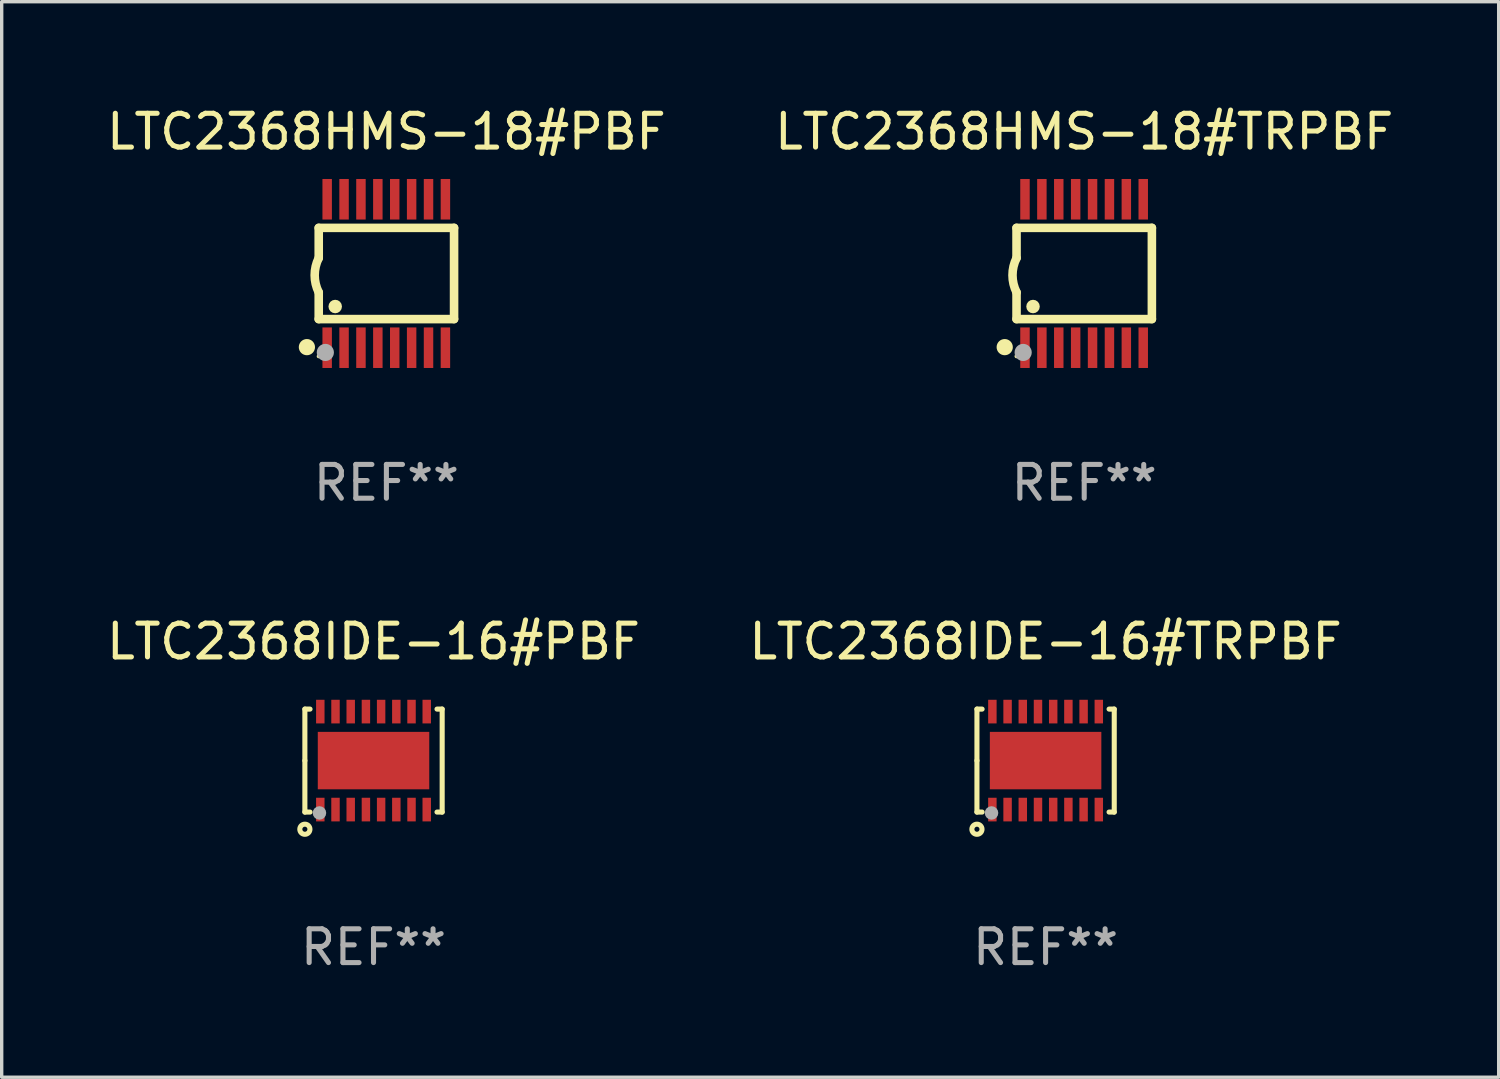
<source format=kicad_pcb>
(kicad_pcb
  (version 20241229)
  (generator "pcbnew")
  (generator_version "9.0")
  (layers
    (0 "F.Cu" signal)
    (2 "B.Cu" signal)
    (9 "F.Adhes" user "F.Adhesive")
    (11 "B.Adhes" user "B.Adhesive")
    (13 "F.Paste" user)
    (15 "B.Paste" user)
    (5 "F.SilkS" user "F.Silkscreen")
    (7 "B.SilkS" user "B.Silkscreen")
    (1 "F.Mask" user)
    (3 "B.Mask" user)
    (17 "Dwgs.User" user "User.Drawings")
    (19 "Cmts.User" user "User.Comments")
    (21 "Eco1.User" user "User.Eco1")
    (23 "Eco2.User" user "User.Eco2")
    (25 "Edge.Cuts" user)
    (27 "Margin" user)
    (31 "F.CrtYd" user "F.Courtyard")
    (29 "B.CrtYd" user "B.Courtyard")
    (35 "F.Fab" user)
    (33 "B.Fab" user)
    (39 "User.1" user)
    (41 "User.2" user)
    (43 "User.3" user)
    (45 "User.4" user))
  (footprint "LTC2368HMS-18#TRPBF"
    (layer "F.Cu")
    (at 29.042 5.045)
    (property "Reference" "LTC2368HMS-18#TRPBF" (at 0 -4.197 0) (layer "F.SilkS") (effects (font (size 1 1) (thickness 0.15))))
    (attr through_hole)
    (fp_line (start -2.003 -1.35) (end -2.003 -0.457) (stroke (width 0.254) (type solid)) (layer "F.SilkS"))
    (fp_line (start -2.003 -1.35) (end 2.003 -1.35) (stroke (width 0.254) (type solid)) (layer "F.SilkS"))
    (fp_line (start -2.003 1.35) (end -2.003 0.559) (stroke (width 0.254) (type solid)) (layer "F.SilkS"))
    (fp_line (start -2.003 1.35) (end 2.003 1.35) (stroke (width 0.254) (type solid)) (layer "F.SilkS"))
    (fp_line (start 2.003 -1.35) (end 2.003 1.35) (stroke (width 0.254) (type solid)) (layer "F.SilkS"))
    (fp_arc (start -2.002286 0.558802) (mid -2.122556 0.05092) (end -2.003302 -0.457201) (stroke (width 0.254001) (type solid)) (layer "F.SilkS"))
    (fp_circle (center -2.353 2.18) (end -2.233 2.18) (stroke (width 0.24) (type solid)) (fill no) (layer "F.SilkS"))
    (fp_circle (center -2.003 2.45) (end -1.973 2.45) (stroke (width 0.06) (type solid)) (fill no) (layer "F.SilkS"))
    (fp_circle (center -1.515 0.978) (end -1.415 0.978) (stroke (width 0.2) (type solid)) (fill no) (layer "F.SilkS"))
    (fp_circle (center -1.807 2.337) (end -1.68 2.337) (stroke (width 0.254) (type solid)) (fill no) (layer "F.Fab"))
    (fp_text user "REF**" (at 0 6.197 0) (layer "F.Fab") (effects (font (size 1 1) (thickness 0.15))))
    (pad "1" smd rect (at -1.753 2.197 90) (size 1.2 0.28) (layers "F.Cu" "F.Mask" "F.Paste"))
    (pad "2" smd rect (at -1.253 2.197 90) (size 1.2 0.28) (layers "F.Cu" "F.Mask" "F.Paste"))
    (pad "3" smd rect (at -0.753 2.197 90) (size 1.2 0.28) (layers "F.Cu" "F.Mask" "F.Paste"))
    (pad "4" smd rect (at -0.253 2.197 90) (size 1.2 0.28) (layers "F.Cu" "F.Mask" "F.Paste"))
    (pad "5" smd rect (at 0.247 2.197 90) (size 1.2 0.28) (layers "F.Cu" "F.Mask" "F.Paste"))
    (pad "6" smd rect (at 0.747 2.197 90) (size 1.2 0.28) (layers "F.Cu" "F.Mask" "F.Paste"))
    (pad "7" smd rect (at 1.247 2.197 90) (size 1.2 0.28) (layers "F.Cu" "F.Mask" "F.Paste"))
    (pad "8" smd rect (at 1.747 2.197 90) (size 1.2 0.28) (layers "F.Cu" "F.Mask" "F.Paste"))
    (pad "9" smd rect (at 1.747 -2.197 90) (size 1.2 0.28) (layers "F.Cu" "F.Mask" "F.Paste"))
    (pad "10" smd rect (at 1.247 -2.197 90) (size 1.2 0.28) (layers "F.Cu" "F.Mask" "F.Paste"))
    (pad "11" smd rect (at 0.747 -2.197 90) (size 1.2 0.28) (layers "F.Cu" "F.Mask" "F.Paste"))
    (pad "12" smd rect (at 0.247 -2.197 90) (size 1.2 0.28) (layers "F.Cu" "F.Mask" "F.Paste"))
    (pad "13" smd rect (at -0.253 -2.197 90) (size 1.2 0.28) (layers "F.Cu" "F.Mask" "F.Paste"))
    (pad "14" smd rect (at -0.753 -2.197 90) (size 1.2 0.28) (layers "F.Cu" "F.Mask" "F.Paste"))
    (pad "15" smd rect (at -1.253 -2.197 90) (size 1.2 0.28) (layers "F.Cu" "F.Mask" "F.Paste"))
    (pad "16" smd rect (at -1.753 -2.197 90) (size 1.2 0.28) (layers "F.Cu" "F.Mask" "F.Paste")))
  (footprint "LTC2368HMS-18#PBF"
    (layer "F.Cu")
    (at 8.387 5.045)
    (property "Reference" "LTC2368HMS-18#PBF" (at 0 -4.197 0) (layer "F.SilkS") (effects (font (size 1 1) (thickness 0.15))))
    (attr through_hole)
    (fp_line (start -2.003 -1.35) (end -2.003 -0.457) (stroke (width 0.254) (type solid)) (layer "F.SilkS"))
    (fp_line (start -2.003 -1.35) (end 2.003 -1.35) (stroke (width 0.254) (type solid)) (layer "F.SilkS"))
    (fp_line (start -2.003 1.35) (end -2.003 0.559) (stroke (width 0.254) (type solid)) (layer "F.SilkS"))
    (fp_line (start -2.003 1.35) (end 2.003 1.35) (stroke (width 0.254) (type solid)) (layer "F.SilkS"))
    (fp_line (start 2.003 -1.35) (end 2.003 1.35) (stroke (width 0.254) (type solid)) (layer "F.SilkS"))
    (fp_arc (start -2.002286 0.558802) (mid -2.122556 0.05092) (end -2.003302 -0.457201) (stroke (width 0.254001) (type solid)) (layer "F.SilkS"))
    (fp_circle (center -2.353 2.18) (end -2.233 2.18) (stroke (width 0.24) (type solid)) (fill no) (layer "F.SilkS"))
    (fp_circle (center -2.003 2.45) (end -1.973 2.45) (stroke (width 0.06) (type solid)) (fill no) (layer "F.SilkS"))
    (fp_circle (center -1.515 0.978) (end -1.415 0.978) (stroke (width 0.2) (type solid)) (fill no) (layer "F.SilkS"))
    (fp_circle (center -1.807 2.337) (end -1.68 2.337) (stroke (width 0.254) (type solid)) (fill no) (layer "F.Fab"))
    (fp_text user "REF**" (at 0 6.197 0) (layer "F.Fab") (effects (font (size 1 1) (thickness 0.15))))
    (pad "1" smd rect (at -1.753 2.197 90) (size 1.2 0.28) (layers "F.Cu" "F.Mask" "F.Paste"))
    (pad "2" smd rect (at -1.253 2.197 90) (size 1.2 0.28) (layers "F.Cu" "F.Mask" "F.Paste"))
    (pad "3" smd rect (at -0.753 2.197 90) (size 1.2 0.28) (layers "F.Cu" "F.Mask" "F.Paste"))
    (pad "4" smd rect (at -0.253 2.197 90) (size 1.2 0.28) (layers "F.Cu" "F.Mask" "F.Paste"))
    (pad "5" smd rect (at 0.247 2.197 90) (size 1.2 0.28) (layers "F.Cu" "F.Mask" "F.Paste"))
    (pad "6" smd rect (at 0.747 2.197 90) (size 1.2 0.28) (layers "F.Cu" "F.Mask" "F.Paste"))
    (pad "7" smd rect (at 1.247 2.197 90) (size 1.2 0.28) (layers "F.Cu" "F.Mask" "F.Paste"))
    (pad "8" smd rect (at 1.747 2.197 90) (size 1.2 0.28) (layers "F.Cu" "F.Mask" "F.Paste"))
    (pad "9" smd rect (at 1.747 -2.197 90) (size 1.2 0.28) (layers "F.Cu" "F.Mask" "F.Paste"))
    (pad "10" smd rect (at 1.247 -2.197 90) (size 1.2 0.28) (layers "F.Cu" "F.Mask" "F.Paste"))
    (pad "11" smd rect (at 0.747 -2.197 90) (size 1.2 0.28) (layers "F.Cu" "F.Mask" "F.Paste"))
    (pad "12" smd rect (at 0.247 -2.197 90) (size 1.2 0.28) (layers "F.Cu" "F.Mask" "F.Paste"))
    (pad "13" smd rect (at -0.253 -2.197 90) (size 1.2 0.28) (layers "F.Cu" "F.Mask" "F.Paste"))
    (pad "14" smd rect (at -0.753 -2.197 90) (size 1.2 0.28) (layers "F.Cu" "F.Mask" "F.Paste"))
    (pad "15" smd rect (at -1.253 -2.197 90) (size 1.2 0.28) (layers "F.Cu" "F.Mask" "F.Paste"))
    (pad "16" smd rect (at -1.753 -2.197 90) (size 1.2 0.28) (layers "F.Cu" "F.Mask" "F.Paste")))
  (footprint "LTC2368IDE-16#TRPBF"
    (layer "F.Cu")
    (at 27.899 19.463)
    (property "Reference" "LTC2368IDE-16#TRPBF" (at 0 -3.524 0) (layer "F.SilkS") (effects (font (size 1 1) (thickness 0.15))))
    (attr through_hole)
    (fp_line (start -2.032 -1.524) (end -1.879 -1.524) (stroke (width 0.15) (type solid)) (layer "F.SilkS"))
    (fp_line (start -2.032 0) (end -2.032 -1.524) (stroke (width 0.15) (type solid)) (layer "F.SilkS"))
    (fp_line (start -2.032 1.524) (end -2.032 0) (stroke (width 0.15) (type solid)) (layer "F.SilkS"))
    (fp_line (start -1.879 1.524) (end -2.032 1.524) (stroke (width 0.15) (type solid)) (layer "F.SilkS"))
    (fp_line (start 1.879 -1.524) (end 2.032 -1.524) (stroke (width 0.15) (type solid)) (layer "F.SilkS"))
    (fp_line (start 2.032 -1.524) (end 2.032 1.524) (stroke (width 0.15) (type solid)) (layer "F.SilkS"))
    (fp_line (start 2.032 1.524) (end 1.879 1.524) (stroke (width 0.15) (type solid)) (layer "F.SilkS"))
    (fp_circle (center -2.032 2.032) (end -1.882 2.032) (stroke (width 0.15) (type solid)) (fill no) (layer "F.SilkS"))
    (fp_circle (center -2 1.5) (end -1.97 1.5) (stroke (width 0.06) (type solid)) (fill no) (layer "F.SilkS"))
    (fp_circle (center -1.6 1.55) (end -1.5 1.55) (stroke (width 0.2) (type solid)) (fill no) (layer "F.Fab"))
    (fp_text user "REF**" (at 0 5.524 0) (layer "F.Fab") (effects (font (size 1 1) (thickness 0.15))))
    (pad "1" smd rect (at -1.575 1.45 90) (size 0.7 0.25) (layers "F.Cu" "F.Mask" "F.Paste"))
    (pad "2" smd rect (at -1.125 1.45 90) (size 0.7 0.25) (layers "F.Cu" "F.Mask" "F.Paste"))
    (pad "3" smd rect (at -0.675 1.45 90) (size 0.7 0.25) (layers "F.Cu" "F.Mask" "F.Paste"))
    (pad "4" smd rect (at -0.225 1.45 90) (size 0.7 0.25) (layers "F.Cu" "F.Mask" "F.Paste"))
    (pad "5" smd rect (at 0.225 1.45 90) (size 0.7 0.25) (layers "F.Cu" "F.Mask" "F.Paste"))
    (pad "6" smd rect (at 0.675 1.45 90) (size 0.7 0.25) (layers "F.Cu" "F.Mask" "F.Paste"))
    (pad "7" smd rect (at 1.125 1.45 90) (size 0.7 0.25) (layers "F.Cu" "F.Mask" "F.Paste"))
    (pad "8" smd rect (at 1.575 1.45 90) (size 0.7 0.25) (layers "F.Cu" "F.Mask" "F.Paste"))
    (pad "9" smd rect (at 1.575 -1.45 90) (size 0.7 0.25) (layers "F.Cu" "F.Mask" "F.Paste"))
    (pad "10" smd rect (at 1.125 -1.45 90) (size 0.7 0.25) (layers "F.Cu" "F.Mask" "F.Paste"))
    (pad "11" smd rect (at 0.675 -1.45 90) (size 0.7 0.25) (layers "F.Cu" "F.Mask" "F.Paste"))
    (pad "12" smd rect (at 0.225 -1.45 90) (size 0.7 0.25) (layers "F.Cu" "F.Mask" "F.Paste"))
    (pad "13" smd rect (at -0.225 -1.45 90) (size 0.7 0.25) (layers "F.Cu" "F.Mask" "F.Paste"))
    (pad "14" smd rect (at -0.675 -1.45 90) (size 0.7 0.25) (layers "F.Cu" "F.Mask" "F.Paste"))
    (pad "15" smd rect (at -1.125 -1.45 90) (size 0.7 0.25) (layers "F.Cu" "F.Mask" "F.Paste"))
    (pad "16" smd rect (at -1.575 -1.45 90) (size 0.7 0.25) (layers "F.Cu" "F.Mask" "F.Paste"))
    (pad "17" smd rect (at 0.000127 0 90) (size 1.7 3.3) (layers "F.Cu" "F.Mask" "F.Paste")))
  (footprint "LTC2368IDE-16#PBF"
    (layer "F.Cu")
    (at 8.006 19.463)
    (property "Reference" "LTC2368IDE-16#PBF" (at 0 -3.524 0) (layer "F.SilkS") (effects (font (size 1 1) (thickness 0.15))))
    (attr through_hole)
    (fp_line (start -2.032 -1.524) (end -1.879 -1.524) (stroke (width 0.15) (type solid)) (layer "F.SilkS"))
    (fp_line (start -2.032 0) (end -2.032 -1.524) (stroke (width 0.15) (type solid)) (layer "F.SilkS"))
    (fp_line (start -2.032 1.524) (end -2.032 0) (stroke (width 0.15) (type solid)) (layer "F.SilkS"))
    (fp_line (start -1.879 1.524) (end -2.032 1.524) (stroke (width 0.15) (type solid)) (layer "F.SilkS"))
    (fp_line (start 1.879 -1.524) (end 2.032 -1.524) (stroke (width 0.15) (type solid)) (layer "F.SilkS"))
    (fp_line (start 2.032 -1.524) (end 2.032 1.524) (stroke (width 0.15) (type solid)) (layer "F.SilkS"))
    (fp_line (start 2.032 1.524) (end 1.879 1.524) (stroke (width 0.15) (type solid)) (layer "F.SilkS"))
    (fp_circle (center -2.032 2.032) (end -1.882 2.032) (stroke (width 0.15) (type solid)) (fill no) (layer "F.SilkS"))
    (fp_circle (center -2 1.5) (end -1.97 1.5) (stroke (width 0.06) (type solid)) (fill no) (layer "F.SilkS"))
    (fp_circle (center -1.6 1.55) (end -1.5 1.55) (stroke (width 0.2) (type solid)) (fill no) (layer "F.Fab"))
    (fp_text user "REF**" (at 0 5.524 0) (layer "F.Fab") (effects (font (size 1 1) (thickness 0.15))))
    (pad "1" smd rect (at -1.575 1.45 90) (size 0.7 0.25) (layers "F.Cu" "F.Mask" "F.Paste"))
    (pad "2" smd rect (at -1.125 1.45 90) (size 0.7 0.25) (layers "F.Cu" "F.Mask" "F.Paste"))
    (pad "3" smd rect (at -0.675 1.45 90) (size 0.7 0.25) (layers "F.Cu" "F.Mask" "F.Paste"))
    (pad "4" smd rect (at -0.225 1.45 90) (size 0.7 0.25) (layers "F.Cu" "F.Mask" "F.Paste"))
    (pad "5" smd rect (at 0.225 1.45 90) (size 0.7 0.25) (layers "F.Cu" "F.Mask" "F.Paste"))
    (pad "6" smd rect (at 0.675 1.45 90) (size 0.7 0.25) (layers "F.Cu" "F.Mask" "F.Paste"))
    (pad "7" smd rect (at 1.125 1.45 90) (size 0.7 0.25) (layers "F.Cu" "F.Mask" "F.Paste"))
    (pad "8" smd rect (at 1.575 1.45 90) (size 0.7 0.25) (layers "F.Cu" "F.Mask" "F.Paste"))
    (pad "9" smd rect (at 1.575 -1.45 90) (size 0.7 0.25) (layers "F.Cu" "F.Mask" "F.Paste"))
    (pad "10" smd rect (at 1.125 -1.45 90) (size 0.7 0.25) (layers "F.Cu" "F.Mask" "F.Paste"))
    (pad "11" smd rect (at 0.675 -1.45 90) (size 0.7 0.25) (layers "F.Cu" "F.Mask" "F.Paste"))
    (pad "12" smd rect (at 0.225 -1.45 90) (size 0.7 0.25) (layers "F.Cu" "F.Mask" "F.Paste"))
    (pad "13" smd rect (at -0.225 -1.45 90) (size 0.7 0.25) (layers "F.Cu" "F.Mask" "F.Paste"))
    (pad "14" smd rect (at -0.675 -1.45 90) (size 0.7 0.25) (layers "F.Cu" "F.Mask" "F.Paste"))
    (pad "15" smd rect (at -1.125 -1.45 90) (size 0.7 0.25) (layers "F.Cu" "F.Mask" "F.Paste"))
    (pad "16" smd rect (at -1.575 -1.45 90) (size 0.7 0.25) (layers "F.Cu" "F.Mask" "F.Paste"))
    (pad "17" smd rect (at 0.000127 0 90) (size 1.7 3.3) (layers "F.Cu" "F.Mask" "F.Paste")))
  (gr_rect
    (start -3 -3)
    (end 41.31 28.835)
    (stroke (width 0.1) (type default))
    (fill no)
    (layer "Edge.Cuts")))
</source>
